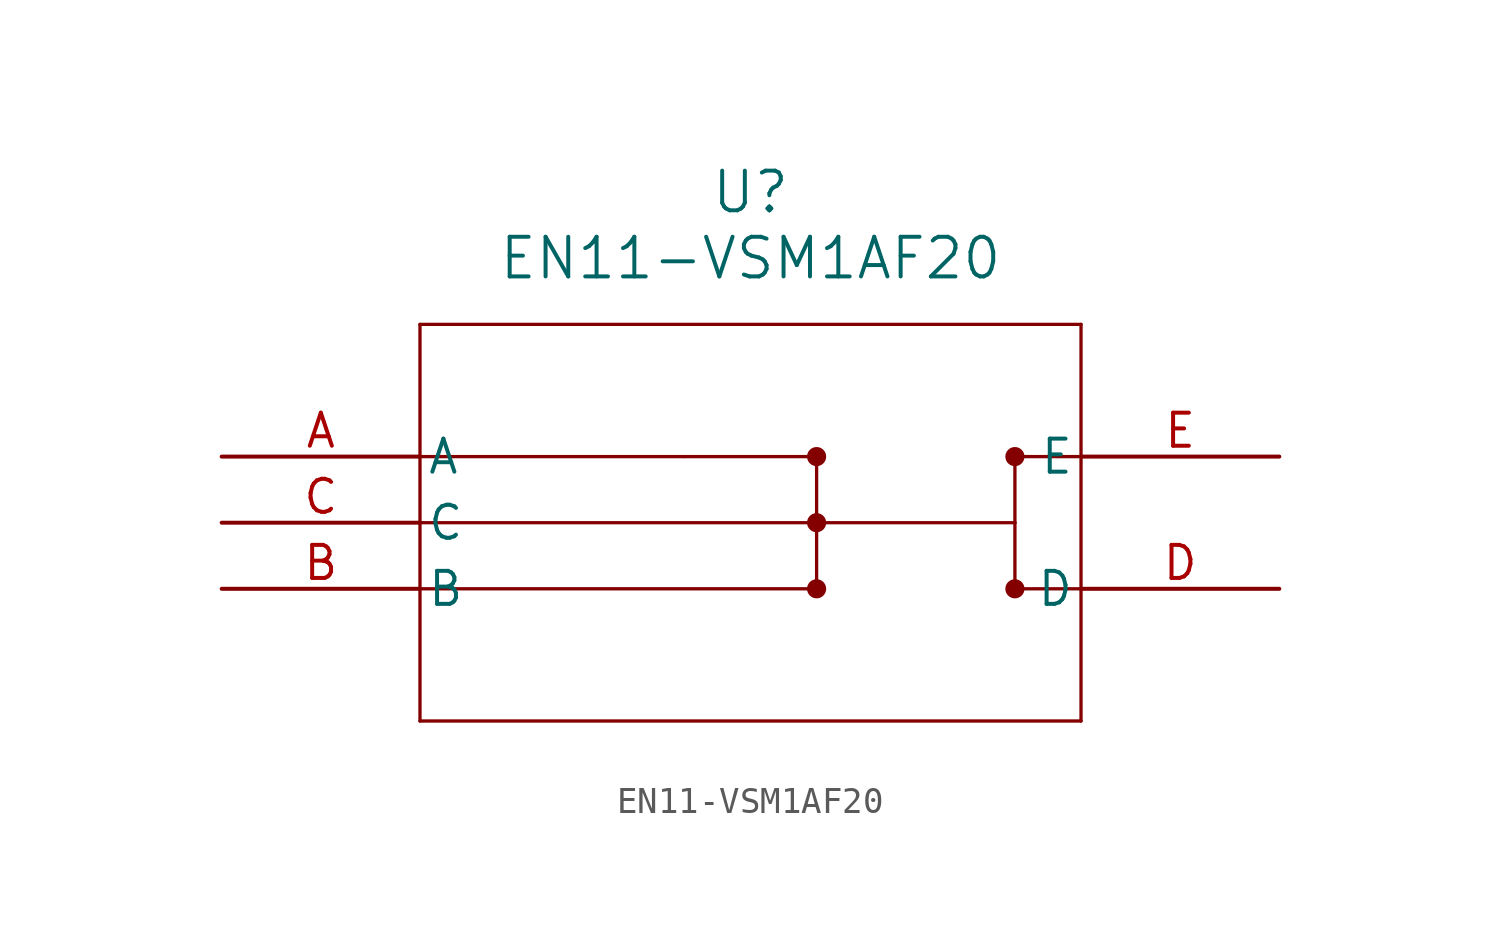
<source format=kicad_sym>
(kicad_symbol_lib
  (version 20211014)
  (generator kicad_symbol_editor)
  (symbol "EN11-VSM1AF20"
    (pin_names
      (offset 0.254))
    (property "Reference" "U"
      (at 20.32 10.16 0)
      (effects (font (size 1.524 1.524))))
    (property "Value" "EN11-VSM1AF20"
      (at 20.32 7.62 0)
      (effects (font (size 1.524 1.524))))
    (symbol "EN11-VSM1AF20_0_1"
      (polyline (pts (xy 7.62 5.08) (xy 7.62 -10.16)) (stroke (width 0.127) (type default) (color 0 0 0 0)) (fill (type none)))
      (polyline (pts (xy 7.62 -10.16) (xy 33.02 -10.16)) (stroke (width 0.127) (type default) (color 0 0 0 0)) (fill (type none)))
      (polyline (pts (xy 33.02 -10.16) (xy 33.02 5.08)) (stroke (width 0.127) (type default) (color 0 0 0 0)) (fill (type none)))
      (polyline (pts (xy 33.02 5.08) (xy 7.62 5.08)) (stroke (width 0.127) (type default) (color 0 0 0 0)) (fill (type none)))
      (polyline (pts (xy 17.78 0) (xy 7.62 0)) (stroke (width 0.127) (type default) (color 0 0 0 0)) (fill (type none)))
      (polyline (pts (xy 17.78 0) (xy 22.86 0)) (stroke (width 0.127) (type default) (color 0 0 0 0)) (fill (type none)))
      (polyline (pts (xy 7.62 -2.54) (xy 22.86 -2.54)) (stroke (width 0.127) (type default) (color 0 0 0 0)) (fill (type none)))
      (polyline (pts (xy 7.62 -5.08) (xy 22.86 -5.08)) (stroke (width 0.127) (type default) (color 0 0 0 0)) (fill (type none)))
      (polyline (pts (xy 22.86 -5.08) (xy 22.86 0)) (stroke (width 0.127) (type default) (color 0 0 0 0)) (fill (type none)))
      (polyline (pts (xy 22.86 -2.54) (xy 30.48 -2.54)) (stroke (width 0.127) (type default) (color 0 0 0 0)) (fill (type none)))
      (polyline (pts (xy 30.48 0) (xy 30.48 -2.54)) (stroke (width 0.127) (type default) (color 0 0 0 0)) (fill (type none)))
      (polyline (pts (xy 30.48 -5.08) (xy 30.48 -2.54)) (stroke (width 0.127) (type default) (color 0 0 0 0)) (fill (type none)))
      (circle (center 22.86 0) (radius 0.203) (stroke (width 0.33) (type default) (color 0 0 0 0)) (fill (type none)))
      (polyline (pts (xy 33.02 0) (xy 30.48 0)) (stroke (width 0.127) (type default) (color 0 0 0 0)) (fill (type none)))
      (polyline (pts (xy 33.02 -5.08) (xy 30.48 -5.08)) (stroke (width 0.127) (type default) (color 0 0 0 0)) (fill (type none)))
      (circle (center 22.86 -2.54) (radius 0.203) (stroke (width 0.33) (type default) (color 0 0 0 0)) (fill (type none)))
      (circle (center 22.86 -5.08) (radius 0.203) (stroke (width 0.33) (type default) (color 0 0 0 0)) (fill (type none)))
      (circle (center 30.48 -5.08) (radius 0.203) (stroke (width 0.33) (type default) (color 0 0 0 0)) (fill (type none)))
      (circle (center 30.48 0) (radius 0.203) (stroke (width 0.33) (type default) (color 0 0 0 0)) (fill (type none)))
      (pin unspecified line (at 0 0 0) (length 7.62) (name "A" (effects (font (size 1.27 1.27)))) (number "A" (effects (font (size 1.27 1.27)))))
      (pin unspecified line (at 0 -2.54 0) (length 7.62) (name "C" (effects (font (size 1.27 1.27)))) (number "C" (effects (font (size 1.27 1.27)))))
      (pin unspecified line (at 0 -5.08 0) (length 7.62) (name "B" (effects (font (size 1.27 1.27)))) (number "B" (effects (font (size 1.27 1.27)))))
      (pin unspecified line (at 40.64 -5.08 180) (length 7.62) (name "D" (effects (font (size 1.27 1.27)))) (number "D" (effects (font (size 1.27 1.27)))))
      (pin unspecified line (at 40.64 0 180) (length 7.62) (name "E" (effects (font (size 1.27 1.27)))) (number "E" (effects (font (size 1.27 1.27))))))))
</source>
